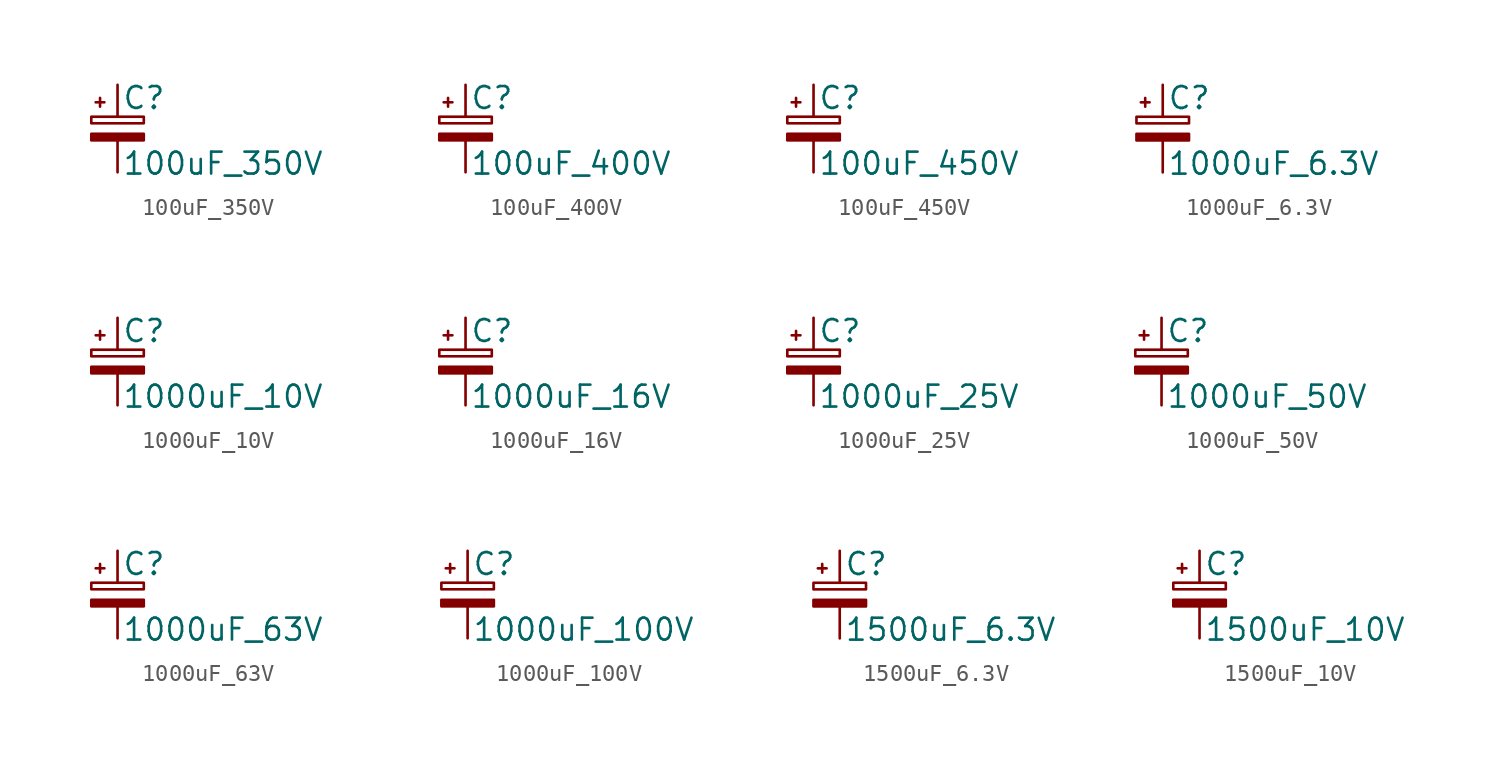
<source format=kicad_sym>
(kicad_symbol_lib
  (version 20211014)
  (generator kicad_symbol_editor)
  (symbol "100uF_350V"
    (pin_numbers hide)
    (pin_names
      (offset 0.254) hide)
    (property "Reference" "C"
      (at 0.254 1.778 0)
      (effects (font (size 1.27 1.27)) (justify left)))
    (property "Value" "100uF_350V"
      (at 0.254 -2.032 0)
      (effects (font (size 1.27 1.27)) (justify left)))
    (symbol "100uF_350V_0_1"
      (rectangle (start -1.524 -0.305) (end 1.524 -0.686) (stroke (width 0) (type default) (color 0 0 0 0)) (fill (type outline)))
      (rectangle (start -1.524 0.686) (end 1.524 0.305) (stroke (width 0) (type default) (color 0 0 0 0)) (fill (type none)))
      (polyline (pts (xy -1.27 1.524) (xy -0.762 1.524)) (stroke (width 0) (type default) (color 0 0 0 0)) (fill (type none)))
      (polyline (pts (xy -1.016 1.27) (xy -1.016 1.778)) (stroke (width 0) (type default) (color 0 0 0 0)) (fill (type none))))
    (symbol "100uF_350V_1_1"
      (pin passive line (at 0 2.54 270) (length 1.854) (name "~" (effects (font (size 1.27 1.27)))) (number "1" (effects (font (size 1.27 1.27)))))
      (pin passive line (at 0 -2.54 90) (length 1.854) (name "~" (effects (font (size 1.27 1.27)))) (number "2" (effects (font (size 1.27 1.27)))))))
  (symbol "100uF_400V"
    (pin_numbers hide)
    (pin_names
      (offset 0.254) hide)
    (property "Reference" "C"
      (at 0.254 1.778 0)
      (effects (font (size 1.27 1.27)) (justify left)))
    (property "Value" "100uF_400V"
      (at 0.254 -2.032 0)
      (effects (font (size 1.27 1.27)) (justify left)))
    (symbol "100uF_400V_0_1"
      (rectangle (start -1.524 -0.305) (end 1.524 -0.686) (stroke (width 0) (type default) (color 0 0 0 0)) (fill (type outline)))
      (rectangle (start -1.524 0.686) (end 1.524 0.305) (stroke (width 0) (type default) (color 0 0 0 0)) (fill (type none)))
      (polyline (pts (xy -1.27 1.524) (xy -0.762 1.524)) (stroke (width 0) (type default) (color 0 0 0 0)) (fill (type none)))
      (polyline (pts (xy -1.016 1.27) (xy -1.016 1.778)) (stroke (width 0) (type default) (color 0 0 0 0)) (fill (type none))))
    (symbol "100uF_400V_1_1"
      (pin passive line (at 0 2.54 270) (length 1.854) (name "~" (effects (font (size 1.27 1.27)))) (number "1" (effects (font (size 1.27 1.27)))))
      (pin passive line (at 0 -2.54 90) (length 1.854) (name "~" (effects (font (size 1.27 1.27)))) (number "2" (effects (font (size 1.27 1.27)))))))
  (symbol "100uF_450V"
    (pin_numbers hide)
    (pin_names
      (offset 0.254) hide)
    (property "Reference" "C"
      (at 0.254 1.778 0)
      (effects (font (size 1.27 1.27)) (justify left)))
    (property "Value" "100uF_450V"
      (at 0.254 -2.032 0)
      (effects (font (size 1.27 1.27)) (justify left)))
    (symbol "100uF_450V_0_1"
      (rectangle (start -1.524 -0.305) (end 1.524 -0.686) (stroke (width 0) (type default) (color 0 0 0 0)) (fill (type outline)))
      (rectangle (start -1.524 0.686) (end 1.524 0.305) (stroke (width 0) (type default) (color 0 0 0 0)) (fill (type none)))
      (polyline (pts (xy -1.27 1.524) (xy -0.762 1.524)) (stroke (width 0) (type default) (color 0 0 0 0)) (fill (type none)))
      (polyline (pts (xy -1.016 1.27) (xy -1.016 1.778)) (stroke (width 0) (type default) (color 0 0 0 0)) (fill (type none))))
    (symbol "100uF_450V_1_1"
      (pin passive line (at 0 2.54 270) (length 1.854) (name "~" (effects (font (size 1.27 1.27)))) (number "1" (effects (font (size 1.27 1.27)))))
      (pin passive line (at 0 -2.54 90) (length 1.854) (name "~" (effects (font (size 1.27 1.27)))) (number "2" (effects (font (size 1.27 1.27)))))))
  (symbol "1000uF_6.3V"
    (pin_numbers hide)
    (pin_names
      (offset 0.254) hide)
    (property "Reference" "C"
      (at 0.254 1.778 0)
      (effects (font (size 1.27 1.27)) (justify left)))
    (property "Value" "1000uF_6.3V"
      (at 0.254 -2.032 0)
      (effects (font (size 1.27 1.27)) (justify left)))
    (symbol "1000uF_6.3V_0_1"
      (rectangle (start -1.524 -0.305) (end 1.524 -0.686) (stroke (width 0) (type default) (color 0 0 0 0)) (fill (type outline)))
      (rectangle (start -1.524 0.686) (end 1.524 0.305) (stroke (width 0) (type default) (color 0 0 0 0)) (fill (type none)))
      (polyline (pts (xy -1.27 1.524) (xy -0.762 1.524)) (stroke (width 0) (type default) (color 0 0 0 0)) (fill (type none)))
      (polyline (pts (xy -1.016 1.27) (xy -1.016 1.778)) (stroke (width 0) (type default) (color 0 0 0 0)) (fill (type none))))
    (symbol "1000uF_6.3V_1_1"
      (pin passive line (at 0 2.54 270) (length 1.854) (name "~" (effects (font (size 1.27 1.27)))) (number "1" (effects (font (size 1.27 1.27)))))
      (pin passive line (at 0 -2.54 90) (length 1.854) (name "~" (effects (font (size 1.27 1.27)))) (number "2" (effects (font (size 1.27 1.27)))))))
  (symbol "1000uF_10V"
    (pin_numbers hide)
    (pin_names
      (offset 0.254) hide)
    (property "Reference" "C"
      (at 0.254 1.778 0)
      (effects (font (size 1.27 1.27)) (justify left)))
    (property "Value" "1000uF_10V"
      (at 0.254 -2.032 0)
      (effects (font (size 1.27 1.27)) (justify left)))
    (symbol "1000uF_10V_0_1"
      (rectangle (start -1.524 -0.305) (end 1.524 -0.686) (stroke (width 0) (type default) (color 0 0 0 0)) (fill (type outline)))
      (rectangle (start -1.524 0.686) (end 1.524 0.305) (stroke (width 0) (type default) (color 0 0 0 0)) (fill (type none)))
      (polyline (pts (xy -1.27 1.524) (xy -0.762 1.524)) (stroke (width 0) (type default) (color 0 0 0 0)) (fill (type none)))
      (polyline (pts (xy -1.016 1.27) (xy -1.016 1.778)) (stroke (width 0) (type default) (color 0 0 0 0)) (fill (type none))))
    (symbol "1000uF_10V_1_1"
      (pin passive line (at 0 2.54 270) (length 1.854) (name "~" (effects (font (size 1.27 1.27)))) (number "1" (effects (font (size 1.27 1.27)))))
      (pin passive line (at 0 -2.54 90) (length 1.854) (name "~" (effects (font (size 1.27 1.27)))) (number "2" (effects (font (size 1.27 1.27)))))))
  (symbol "1000uF_16V"
    (pin_numbers hide)
    (pin_names
      (offset 0.254) hide)
    (property "Reference" "C"
      (at 0.254 1.778 0)
      (effects (font (size 1.27 1.27)) (justify left)))
    (property "Value" "1000uF_16V"
      (at 0.254 -2.032 0)
      (effects (font (size 1.27 1.27)) (justify left)))
    (symbol "1000uF_16V_0_1"
      (rectangle (start -1.524 -0.305) (end 1.524 -0.686) (stroke (width 0) (type default) (color 0 0 0 0)) (fill (type outline)))
      (rectangle (start -1.524 0.686) (end 1.524 0.305) (stroke (width 0) (type default) (color 0 0 0 0)) (fill (type none)))
      (polyline (pts (xy -1.27 1.524) (xy -0.762 1.524)) (stroke (width 0) (type default) (color 0 0 0 0)) (fill (type none)))
      (polyline (pts (xy -1.016 1.27) (xy -1.016 1.778)) (stroke (width 0) (type default) (color 0 0 0 0)) (fill (type none))))
    (symbol "1000uF_16V_1_1"
      (pin passive line (at 0 2.54 270) (length 1.854) (name "~" (effects (font (size 1.27 1.27)))) (number "1" (effects (font (size 1.27 1.27)))))
      (pin passive line (at 0 -2.54 90) (length 1.854) (name "~" (effects (font (size 1.27 1.27)))) (number "2" (effects (font (size 1.27 1.27)))))))
  (symbol "1000uF_25V"
    (pin_numbers hide)
    (pin_names
      (offset 0.254) hide)
    (property "Reference" "C"
      (at 0.254 1.778 0)
      (effects (font (size 1.27 1.27)) (justify left)))
    (property "Value" "1000uF_25V"
      (at 0.254 -2.032 0)
      (effects (font (size 1.27 1.27)) (justify left)))
    (symbol "1000uF_25V_0_1"
      (rectangle (start -1.524 -0.305) (end 1.524 -0.686) (stroke (width 0) (type default) (color 0 0 0 0)) (fill (type outline)))
      (rectangle (start -1.524 0.686) (end 1.524 0.305) (stroke (width 0) (type default) (color 0 0 0 0)) (fill (type none)))
      (polyline (pts (xy -1.27 1.524) (xy -0.762 1.524)) (stroke (width 0) (type default) (color 0 0 0 0)) (fill (type none)))
      (polyline (pts (xy -1.016 1.27) (xy -1.016 1.778)) (stroke (width 0) (type default) (color 0 0 0 0)) (fill (type none))))
    (symbol "1000uF_25V_1_1"
      (pin passive line (at 0 2.54 270) (length 1.854) (name "~" (effects (font (size 1.27 1.27)))) (number "1" (effects (font (size 1.27 1.27)))))
      (pin passive line (at 0 -2.54 90) (length 1.854) (name "~" (effects (font (size 1.27 1.27)))) (number "2" (effects (font (size 1.27 1.27)))))))
  (symbol "1000uF_50V"
    (pin_numbers hide)
    (pin_names
      (offset 0.254) hide)
    (property "Reference" "C"
      (at 0.254 1.778 0)
      (effects (font (size 1.27 1.27)) (justify left)))
    (property "Value" "1000uF_50V"
      (at 0.254 -2.032 0)
      (effects (font (size 1.27 1.27)) (justify left)))
    (symbol "1000uF_50V_0_1"
      (rectangle (start -1.524 -0.305) (end 1.524 -0.686) (stroke (width 0) (type default) (color 0 0 0 0)) (fill (type outline)))
      (rectangle (start -1.524 0.686) (end 1.524 0.305) (stroke (width 0) (type default) (color 0 0 0 0)) (fill (type none)))
      (polyline (pts (xy -1.27 1.524) (xy -0.762 1.524)) (stroke (width 0) (type default) (color 0 0 0 0)) (fill (type none)))
      (polyline (pts (xy -1.016 1.27) (xy -1.016 1.778)) (stroke (width 0) (type default) (color 0 0 0 0)) (fill (type none))))
    (symbol "1000uF_50V_1_1"
      (pin passive line (at 0 2.54 270) (length 1.854) (name "~" (effects (font (size 1.27 1.27)))) (number "1" (effects (font (size 1.27 1.27)))))
      (pin passive line (at 0 -2.54 90) (length 1.854) (name "~" (effects (font (size 1.27 1.27)))) (number "2" (effects (font (size 1.27 1.27)))))))
  (symbol "1000uF_63V"
    (pin_numbers hide)
    (pin_names
      (offset 0.254) hide)
    (property "Reference" "C"
      (at 0.254 1.778 0)
      (effects (font (size 1.27 1.27)) (justify left)))
    (property "Value" "1000uF_63V"
      (at 0.254 -2.032 0)
      (effects (font (size 1.27 1.27)) (justify left)))
    (symbol "1000uF_63V_0_1"
      (rectangle (start -1.524 -0.305) (end 1.524 -0.686) (stroke (width 0) (type default) (color 0 0 0 0)) (fill (type outline)))
      (rectangle (start -1.524 0.686) (end 1.524 0.305) (stroke (width 0) (type default) (color 0 0 0 0)) (fill (type none)))
      (polyline (pts (xy -1.27 1.524) (xy -0.762 1.524)) (stroke (width 0) (type default) (color 0 0 0 0)) (fill (type none)))
      (polyline (pts (xy -1.016 1.27) (xy -1.016 1.778)) (stroke (width 0) (type default) (color 0 0 0 0)) (fill (type none))))
    (symbol "1000uF_63V_1_1"
      (pin passive line (at 0 2.54 270) (length 1.854) (name "~" (effects (font (size 1.27 1.27)))) (number "1" (effects (font (size 1.27 1.27)))))
      (pin passive line (at 0 -2.54 90) (length 1.854) (name "~" (effects (font (size 1.27 1.27)))) (number "2" (effects (font (size 1.27 1.27)))))))
  (symbol "1000uF_100V"
    (pin_numbers hide)
    (pin_names
      (offset 0.254) hide)
    (property "Reference" "C"
      (at 0.254 1.778 0)
      (effects (font (size 1.27 1.27)) (justify left)))
    (property "Value" "1000uF_100V"
      (at 0.254 -2.032 0)
      (effects (font (size 1.27 1.27)) (justify left)))
    (symbol "1000uF_100V_0_1"
      (rectangle (start -1.524 -0.305) (end 1.524 -0.686) (stroke (width 0) (type default) (color 0 0 0 0)) (fill (type outline)))
      (rectangle (start -1.524 0.686) (end 1.524 0.305) (stroke (width 0) (type default) (color 0 0 0 0)) (fill (type none)))
      (polyline (pts (xy -1.27 1.524) (xy -0.762 1.524)) (stroke (width 0) (type default) (color 0 0 0 0)) (fill (type none)))
      (polyline (pts (xy -1.016 1.27) (xy -1.016 1.778)) (stroke (width 0) (type default) (color 0 0 0 0)) (fill (type none))))
    (symbol "1000uF_100V_1_1"
      (pin passive line (at 0 2.54 270) (length 1.854) (name "~" (effects (font (size 1.27 1.27)))) (number "1" (effects (font (size 1.27 1.27)))))
      (pin passive line (at 0 -2.54 90) (length 1.854) (name "~" (effects (font (size 1.27 1.27)))) (number "2" (effects (font (size 1.27 1.27)))))))
  (symbol "1500uF_6.3V"
    (pin_numbers hide)
    (pin_names
      (offset 0.254) hide)
    (property "Reference" "C"
      (at 0.254 1.778 0)
      (effects (font (size 1.27 1.27)) (justify left)))
    (property "Value" "1500uF_6.3V"
      (at 0.254 -2.032 0)
      (effects (font (size 1.27 1.27)) (justify left)))
    (symbol "1500uF_6.3V_0_1"
      (rectangle (start -1.524 -0.305) (end 1.524 -0.686) (stroke (width 0) (type default) (color 0 0 0 0)) (fill (type outline)))
      (rectangle (start -1.524 0.686) (end 1.524 0.305) (stroke (width 0) (type default) (color 0 0 0 0)) (fill (type none)))
      (polyline (pts (xy -1.27 1.524) (xy -0.762 1.524)) (stroke (width 0) (type default) (color 0 0 0 0)) (fill (type none)))
      (polyline (pts (xy -1.016 1.27) (xy -1.016 1.778)) (stroke (width 0) (type default) (color 0 0 0 0)) (fill (type none))))
    (symbol "1500uF_6.3V_1_1"
      (pin passive line (at 0 2.54 270) (length 1.854) (name "~" (effects (font (size 1.27 1.27)))) (number "1" (effects (font (size 1.27 1.27)))))
      (pin passive line (at 0 -2.54 90) (length 1.854) (name "~" (effects (font (size 1.27 1.27)))) (number "2" (effects (font (size 1.27 1.27)))))))
  (symbol "1500uF_10V"
    (pin_numbers hide)
    (pin_names
      (offset 0.254) hide)
    (property "Reference" "C"
      (at 0.254 1.778 0)
      (effects (font (size 1.27 1.27)) (justify left)))
    (property "Value" "1500uF_10V"
      (at 0.254 -2.032 0)
      (effects (font (size 1.27 1.27)) (justify left)))
    (symbol "1500uF_10V_0_1"
      (rectangle (start -1.524 -0.305) (end 1.524 -0.686) (stroke (width 0) (type default) (color 0 0 0 0)) (fill (type outline)))
      (rectangle (start -1.524 0.686) (end 1.524 0.305) (stroke (width 0) (type default) (color 0 0 0 0)) (fill (type none)))
      (polyline (pts (xy -1.27 1.524) (xy -0.762 1.524)) (stroke (width 0) (type default) (color 0 0 0 0)) (fill (type none)))
      (polyline (pts (xy -1.016 1.27) (xy -1.016 1.778)) (stroke (width 0) (type default) (color 0 0 0 0)) (fill (type none))))
    (symbol "1500uF_10V_1_1"
      (pin passive line (at 0 2.54 270) (length 1.854) (name "~" (effects (font (size 1.27 1.27)))) (number "1" (effects (font (size 1.27 1.27)))))
      (pin passive line (at 0 -2.54 90) (length 1.854) (name "~" (effects (font (size 1.27 1.27)))) (number "2" (effects (font (size 1.27 1.27))))))))
</source>
